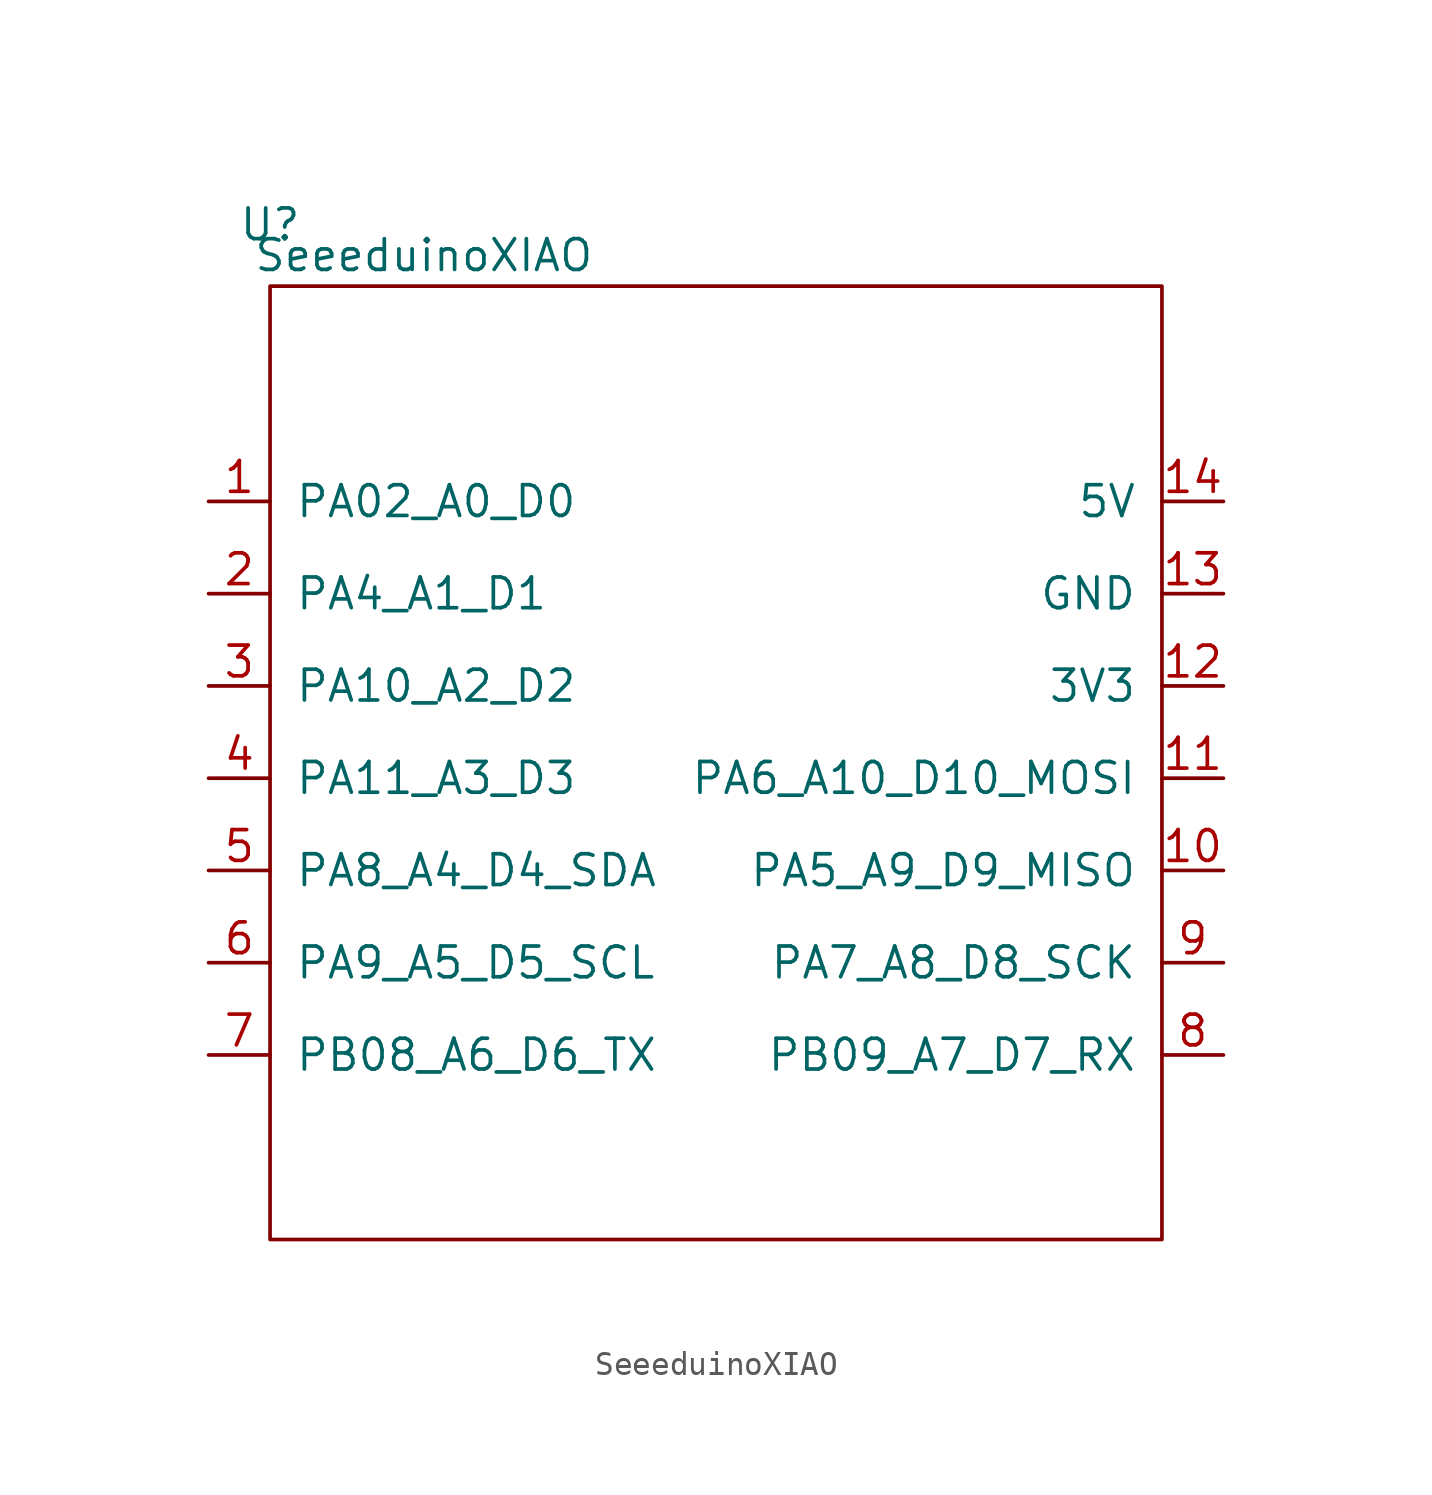
<source format=kicad_sym>
(kicad_symbol_lib
  (version 20211014)
  (generator kicad_symbol_editor)
  (symbol "SeeeduinoXIAO"
    (pin_names
      (offset 1.016))
    (property "Reference" "U"
      (at -19.05 22.86 0)
      (effects (font (size 1.27 1.27))))
    (property "Value" "SeeeduinoXIAO"
      (at -12.7 21.59 0)
      (effects (font (size 1.27 1.27))))
    (symbol "SeeeduinoXIAO_0_1"
      (rectangle (start -19.05 20.32) (end 17.78 -19.05) (stroke (width 0) (type default) (color 0 0 0 0)) (fill (type none))))
    (symbol "SeeeduinoXIAO_1_1"
      (pin bidirectional line (at -21.59 11.43 0) (length 2.54) (name "PA02_A0_D0" (effects (font (size 1.27 1.27)))) (number "1" (effects (font (size 1.27 1.27)))))
      (pin bidirectional line (at 20.32 -3.81 180) (length 2.54) (name "PA5_A9_D9_MISO" (effects (font (size 1.27 1.27)))) (number "10" (effects (font (size 1.27 1.27)))))
      (pin bidirectional line (at 20.32 0 180) (length 2.54) (name "PA6_A10_D10_MOSI" (effects (font (size 1.27 1.27)))) (number "11" (effects (font (size 1.27 1.27)))))
      (pin power_in line (at 20.32 3.81 180) (length 2.54) (name "3V3" (effects (font (size 1.27 1.27)))) (number "12" (effects (font (size 1.27 1.27)))))
      (pin power_in line (at 20.32 7.62 180) (length 2.54) (name "GND" (effects (font (size 1.27 1.27)))) (number "13" (effects (font (size 1.27 1.27)))))
      (pin power_in line (at 20.32 11.43 180) (length 2.54) (name "5V" (effects (font (size 1.27 1.27)))) (number "14" (effects (font (size 1.27 1.27)))))
      (pin bidirectional line (at -21.59 7.62 0) (length 2.54) (name "PA4_A1_D1" (effects (font (size 1.27 1.27)))) (number "2" (effects (font (size 1.27 1.27)))))
      (pin bidirectional line (at -21.59 3.81 0) (length 2.54) (name "PA10_A2_D2" (effects (font (size 1.27 1.27)))) (number "3" (effects (font (size 1.27 1.27)))))
      (pin bidirectional line (at -21.59 0 0) (length 2.54) (name "PA11_A3_D3" (effects (font (size 1.27 1.27)))) (number "4" (effects (font (size 1.27 1.27)))))
      (pin bidirectional line (at -21.59 -3.81 0) (length 2.54) (name "PA8_A4_D4_SDA" (effects (font (size 1.27 1.27)))) (number "5" (effects (font (size 1.27 1.27)))))
      (pin bidirectional line (at -21.59 -7.62 0) (length 2.54) (name "PA9_A5_D5_SCL" (effects (font (size 1.27 1.27)))) (number "6" (effects (font (size 1.27 1.27)))))
      (pin bidirectional line (at -21.59 -11.43 0) (length 2.54) (name "PB08_A6_D6_TX" (effects (font (size 1.27 1.27)))) (number "7" (effects (font (size 1.27 1.27)))))
      (pin bidirectional line (at 20.32 -11.43 180) (length 2.54) (name "PB09_A7_D7_RX" (effects (font (size 1.27 1.27)))) (number "8" (effects (font (size 1.27 1.27)))))
      (pin bidirectional line (at 20.32 -7.62 180) (length 2.54) (name "PA7_A8_D8_SCK" (effects (font (size 1.27 1.27)))) (number "9" (effects (font (size 1.27 1.27))))))))
</source>
